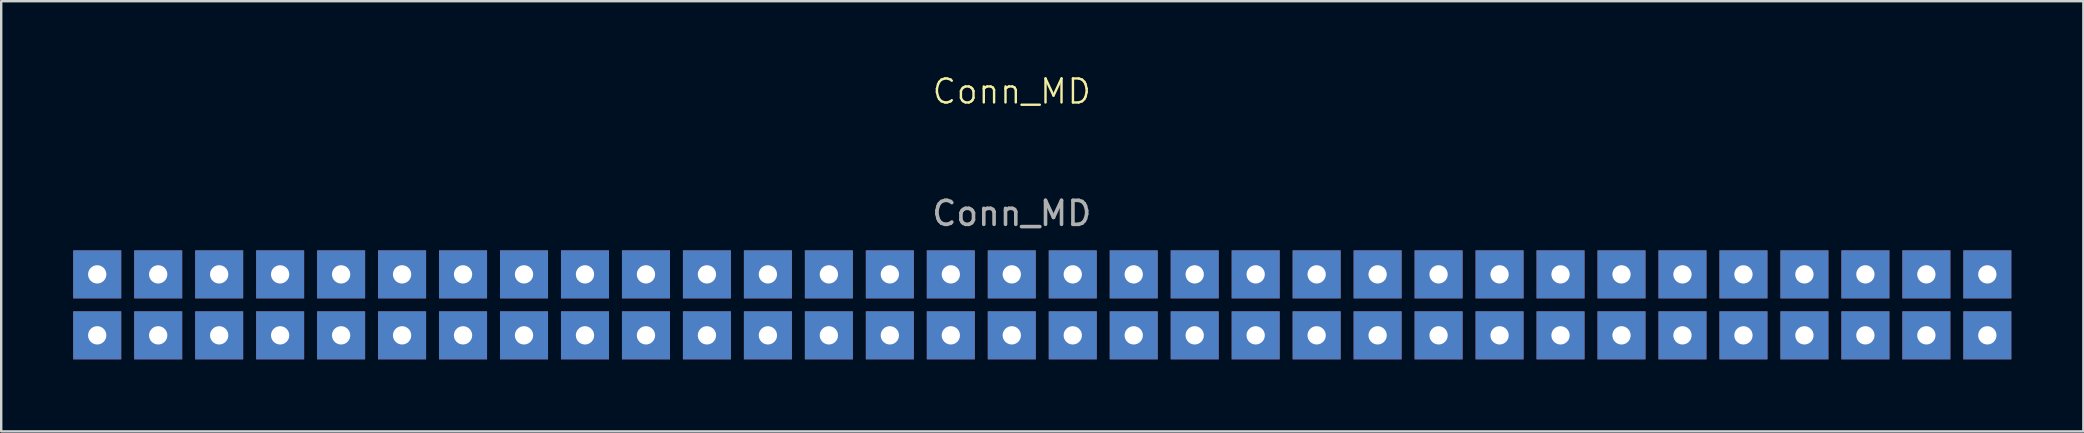
<source format=kicad_pcb>
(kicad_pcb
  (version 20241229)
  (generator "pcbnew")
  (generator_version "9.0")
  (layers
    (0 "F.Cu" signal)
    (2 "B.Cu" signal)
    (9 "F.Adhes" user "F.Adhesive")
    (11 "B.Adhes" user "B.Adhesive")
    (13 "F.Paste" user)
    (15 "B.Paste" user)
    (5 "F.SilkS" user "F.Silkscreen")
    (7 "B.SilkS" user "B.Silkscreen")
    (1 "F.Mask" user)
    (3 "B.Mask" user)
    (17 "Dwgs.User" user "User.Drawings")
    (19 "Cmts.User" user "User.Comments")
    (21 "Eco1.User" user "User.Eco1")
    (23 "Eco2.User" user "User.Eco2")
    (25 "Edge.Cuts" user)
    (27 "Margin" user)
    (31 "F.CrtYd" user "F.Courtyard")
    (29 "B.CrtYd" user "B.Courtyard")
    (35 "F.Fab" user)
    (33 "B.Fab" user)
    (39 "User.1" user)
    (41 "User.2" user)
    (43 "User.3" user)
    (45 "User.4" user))
  (footprint "Conn_MD"
    (layer "F.Cu")
    (at 39.1 8.38)
    (property "Reference" "Conn_MD" (at 0 -7.62 0) (unlocked yes) (layer "F.SilkS") (effects (font (size 1 1) (thickness 0.1))))
    (attr through_hole)
    (fp_text user "${REFERENCE}" (at 0 -2.54 0) (unlocked yes) (layer "F.Fab") (effects (font (size 1 1) (thickness 0.15))))
    (pad "1" thru_hole rect (at -38.1 2.54) (size 2 2) (drill 0.762) (layers "*.Cu" "*.Mask"))
    (pad "2" thru_hole rect (at -35.56 2.54) (size 2 2) (drill 0.762) (layers "*.Cu" "*.Mask"))
    (pad "3" thru_hole rect (at -33.02 2.54) (size 2 2) (drill 0.762) (layers "*.Cu" "*.Mask"))
    (pad "4" thru_hole rect (at -30.48 2.54) (size 2 2) (drill 0.762) (layers "*.Cu" "*.Mask"))
    (pad "5" thru_hole rect (at -27.94 2.54) (size 2 2) (drill 0.762) (layers "*.Cu" "*.Mask"))
    (pad "6" thru_hole rect (at -25.4 2.54) (size 2 2) (drill 0.762) (layers "*.Cu" "*.Mask"))
    (pad "7" thru_hole rect (at -22.86 2.54) (size 2 2) (drill 0.762) (layers "*.Cu" "*.Mask"))
    (pad "8" thru_hole rect (at -20.32 2.54) (size 2 2) (drill 0.762) (layers "*.Cu" "*.Mask"))
    (pad "9" thru_hole rect (at -17.78 2.54) (size 2 2) (drill 0.762) (layers "*.Cu" "*.Mask"))
    (pad "10" thru_hole rect (at -15.24 2.54) (size 2 2) (drill 0.762) (layers "*.Cu" "*.Mask"))
    (pad "11" thru_hole rect (at -12.7 2.54) (size 2 2) (drill 0.762) (layers "*.Cu" "*.Mask"))
    (pad "12" thru_hole rect (at -10.16 2.54) (size 2 2) (drill 0.762) (layers "*.Cu" "*.Mask"))
    (pad "13" thru_hole rect (at -7.62 2.54) (size 2 2) (drill 0.762) (layers "*.Cu" "*.Mask"))
    (pad "14" thru_hole rect (at -5.08 2.54) (size 2 2) (drill 0.762) (layers "*.Cu" "*.Mask"))
    (pad "15" thru_hole rect (at -2.54 2.54) (size 2 2) (drill 0.762) (layers "*.Cu" "*.Mask"))
    (pad "16" thru_hole rect (at 0 2.54) (size 2 2) (drill 0.762) (layers "*.Cu" "*.Mask"))
    (pad "17" thru_hole rect (at 2.54 2.54) (size 2 2) (drill 0.762) (layers "*.Cu" "*.Mask"))
    (pad "18" thru_hole rect (at 5.08 2.54) (size 2 2) (drill 0.762) (layers "*.Cu" "*.Mask"))
    (pad "19" thru_hole rect (at 7.62 2.54) (size 2 2) (drill 0.762) (layers "*.Cu" "*.Mask"))
    (pad "20" thru_hole rect (at 10.16 2.54) (size 2 2) (drill 0.762) (layers "*.Cu" "*.Mask"))
    (pad "21" thru_hole rect (at 12.7 2.54) (size 2 2) (drill 0.762) (layers "*.Cu" "*.Mask"))
    (pad "22" thru_hole rect (at 15.24 2.54) (size 2 2) (drill 0.762) (layers "*.Cu" "*.Mask"))
    (pad "23" thru_hole rect (at 17.78 2.54) (size 2 2) (drill 0.762) (layers "*.Cu" "*.Mask"))
    (pad "24" thru_hole rect (at 20.32 2.54) (size 2 2) (drill 0.762) (layers "*.Cu" "*.Mask"))
    (pad "25" thru_hole rect (at 22.86 2.54) (size 2 2) (drill 0.762) (layers "*.Cu" "*.Mask"))
    (pad "26" thru_hole rect (at 25.4 2.54) (size 2 2) (drill 0.762) (layers "*.Cu" "*.Mask"))
    (pad "27" thru_hole rect (at 27.94 2.54) (size 2 2) (drill 0.762) (layers "*.Cu" "*.Mask"))
    (pad "28" thru_hole rect (at 30.48 2.54) (size 2 2) (drill 0.762) (layers "*.Cu" "*.Mask"))
    (pad "29" thru_hole rect (at 33.02 2.54) (size 2 2) (drill 0.762) (layers "*.Cu" "*.Mask"))
    (pad "30" thru_hole rect (at 35.56 2.54) (size 2 2) (drill 0.762) (layers "*.Cu" "*.Mask"))
    (pad "31" thru_hole rect (at 38.1 2.54) (size 2 2) (drill 0.762) (layers "*.Cu" "*.Mask"))
    (pad "32" thru_hole rect (at 40.64 2.54) (size 2 2) (drill 0.762) (layers "*.Cu" "*.Mask"))
    (pad "33" thru_hole rect (at 40.64 0) (size 2 2) (drill 0.762) (layers "*.Cu" "*.Mask"))
    (pad "34" thru_hole rect (at 38.1 0) (size 2 2) (drill 0.762) (layers "*.Cu" "*.Mask"))
    (pad "35" thru_hole rect (at 35.56 0) (size 2 2) (drill 0.762) (layers "*.Cu" "*.Mask"))
    (pad "36" thru_hole rect (at 33.02 0) (size 2 2) (drill 0.762) (layers "*.Cu" "*.Mask"))
    (pad "37" thru_hole rect (at 30.48 0) (size 2 2) (drill 0.762) (layers "*.Cu" "*.Mask"))
    (pad "38" thru_hole rect (at 27.94 0) (size 2 2) (drill 0.762) (layers "*.Cu" "*.Mask"))
    (pad "39" thru_hole rect (at 25.4 0) (size 2 2) (drill 0.762) (layers "*.Cu" "*.Mask"))
    (pad "40" thru_hole rect (at 22.86 0) (size 2 2) (drill 0.762) (layers "*.Cu" "*.Mask"))
    (pad "41" thru_hole rect (at 20.32 0) (size 2 2) (drill 0.762) (layers "*.Cu" "*.Mask"))
    (pad "42" thru_hole rect (at 17.78 0) (size 2 2) (drill 0.762) (layers "*.Cu" "*.Mask"))
    (pad "43" thru_hole rect (at 15.24 0) (size 2 2) (drill 0.762) (layers "*.Cu" "*.Mask"))
    (pad "44" thru_hole rect (at 12.7 0) (size 2 2) (drill 0.762) (layers "*.Cu" "*.Mask"))
    (pad "45" thru_hole rect (at 10.16 0) (size 2 2) (drill 0.762) (layers "*.Cu" "*.Mask"))
    (pad "46" thru_hole rect (at 7.62 0) (size 2 2) (drill 0.762) (layers "*.Cu" "*.Mask"))
    (pad "47" thru_hole rect (at 5.08 0) (size 2 2) (drill 0.762) (layers "*.Cu" "*.Mask"))
    (pad "48" thru_hole rect (at 2.54 0) (size 2 2) (drill 0.762) (layers "*.Cu" "*.Mask"))
    (pad "49" thru_hole rect (at 0 0) (size 2 2) (drill 0.762) (layers "*.Cu" "*.Mask"))
    (pad "50" thru_hole rect (at -2.54 0) (size 2 2) (drill 0.762) (layers "*.Cu" "*.Mask"))
    (pad "51" thru_hole rect (at -5.08 0) (size 2 2) (drill 0.762) (layers "*.Cu" "*.Mask"))
    (pad "52" thru_hole rect (at -7.62 0) (size 2 2) (drill 0.762) (layers "*.Cu" "*.Mask"))
    (pad "53" thru_hole rect (at -10.16 0) (size 2 2) (drill 0.762) (layers "*.Cu" "*.Mask"))
    (pad "54" thru_hole rect (at -12.7 0) (size 2 2) (drill 0.762) (layers "*.Cu" "*.Mask"))
    (pad "55" thru_hole rect (at -15.24 0) (size 2 2) (drill 0.762) (layers "*.Cu" "*.Mask"))
    (pad "56" thru_hole rect (at -17.78 0) (size 2 2) (drill 0.762) (layers "*.Cu" "*.Mask"))
    (pad "57" thru_hole rect (at -20.32 0) (size 2 2) (drill 0.762) (layers "*.Cu" "*.Mask"))
    (pad "58" thru_hole rect (at -22.86 0) (size 2 2) (drill 0.762) (layers "*.Cu" "*.Mask"))
    (pad "59" thru_hole rect (at -25.4 0) (size 2 2) (drill 0.762) (layers "*.Cu" "*.Mask"))
    (pad "60" thru_hole rect (at -27.94 0) (size 2 2) (drill 0.762) (layers "*.Cu" "*.Mask"))
    (pad "61" thru_hole rect (at -30.48 0) (size 2 2) (drill 0.762) (layers "*.Cu" "*.Mask"))
    (pad "62" thru_hole rect (at -33.02 0) (size 2 2) (drill 0.762) (layers "*.Cu" "*.Mask"))
    (pad "63" thru_hole rect (at -35.56 0) (size 2 2) (drill 0.762) (layers "*.Cu" "*.Mask"))
    (pad "64" thru_hole rect (at -38.1 0) (size 2 2) (drill 0.762) (layers "*.Cu" "*.Mask")))
  (gr_rect
    (start -3 -3)
    (end 83.74 14.921)
    (stroke (width 0.1) (type default))
    (fill no)
    (layer "Edge.Cuts")))
</source>
